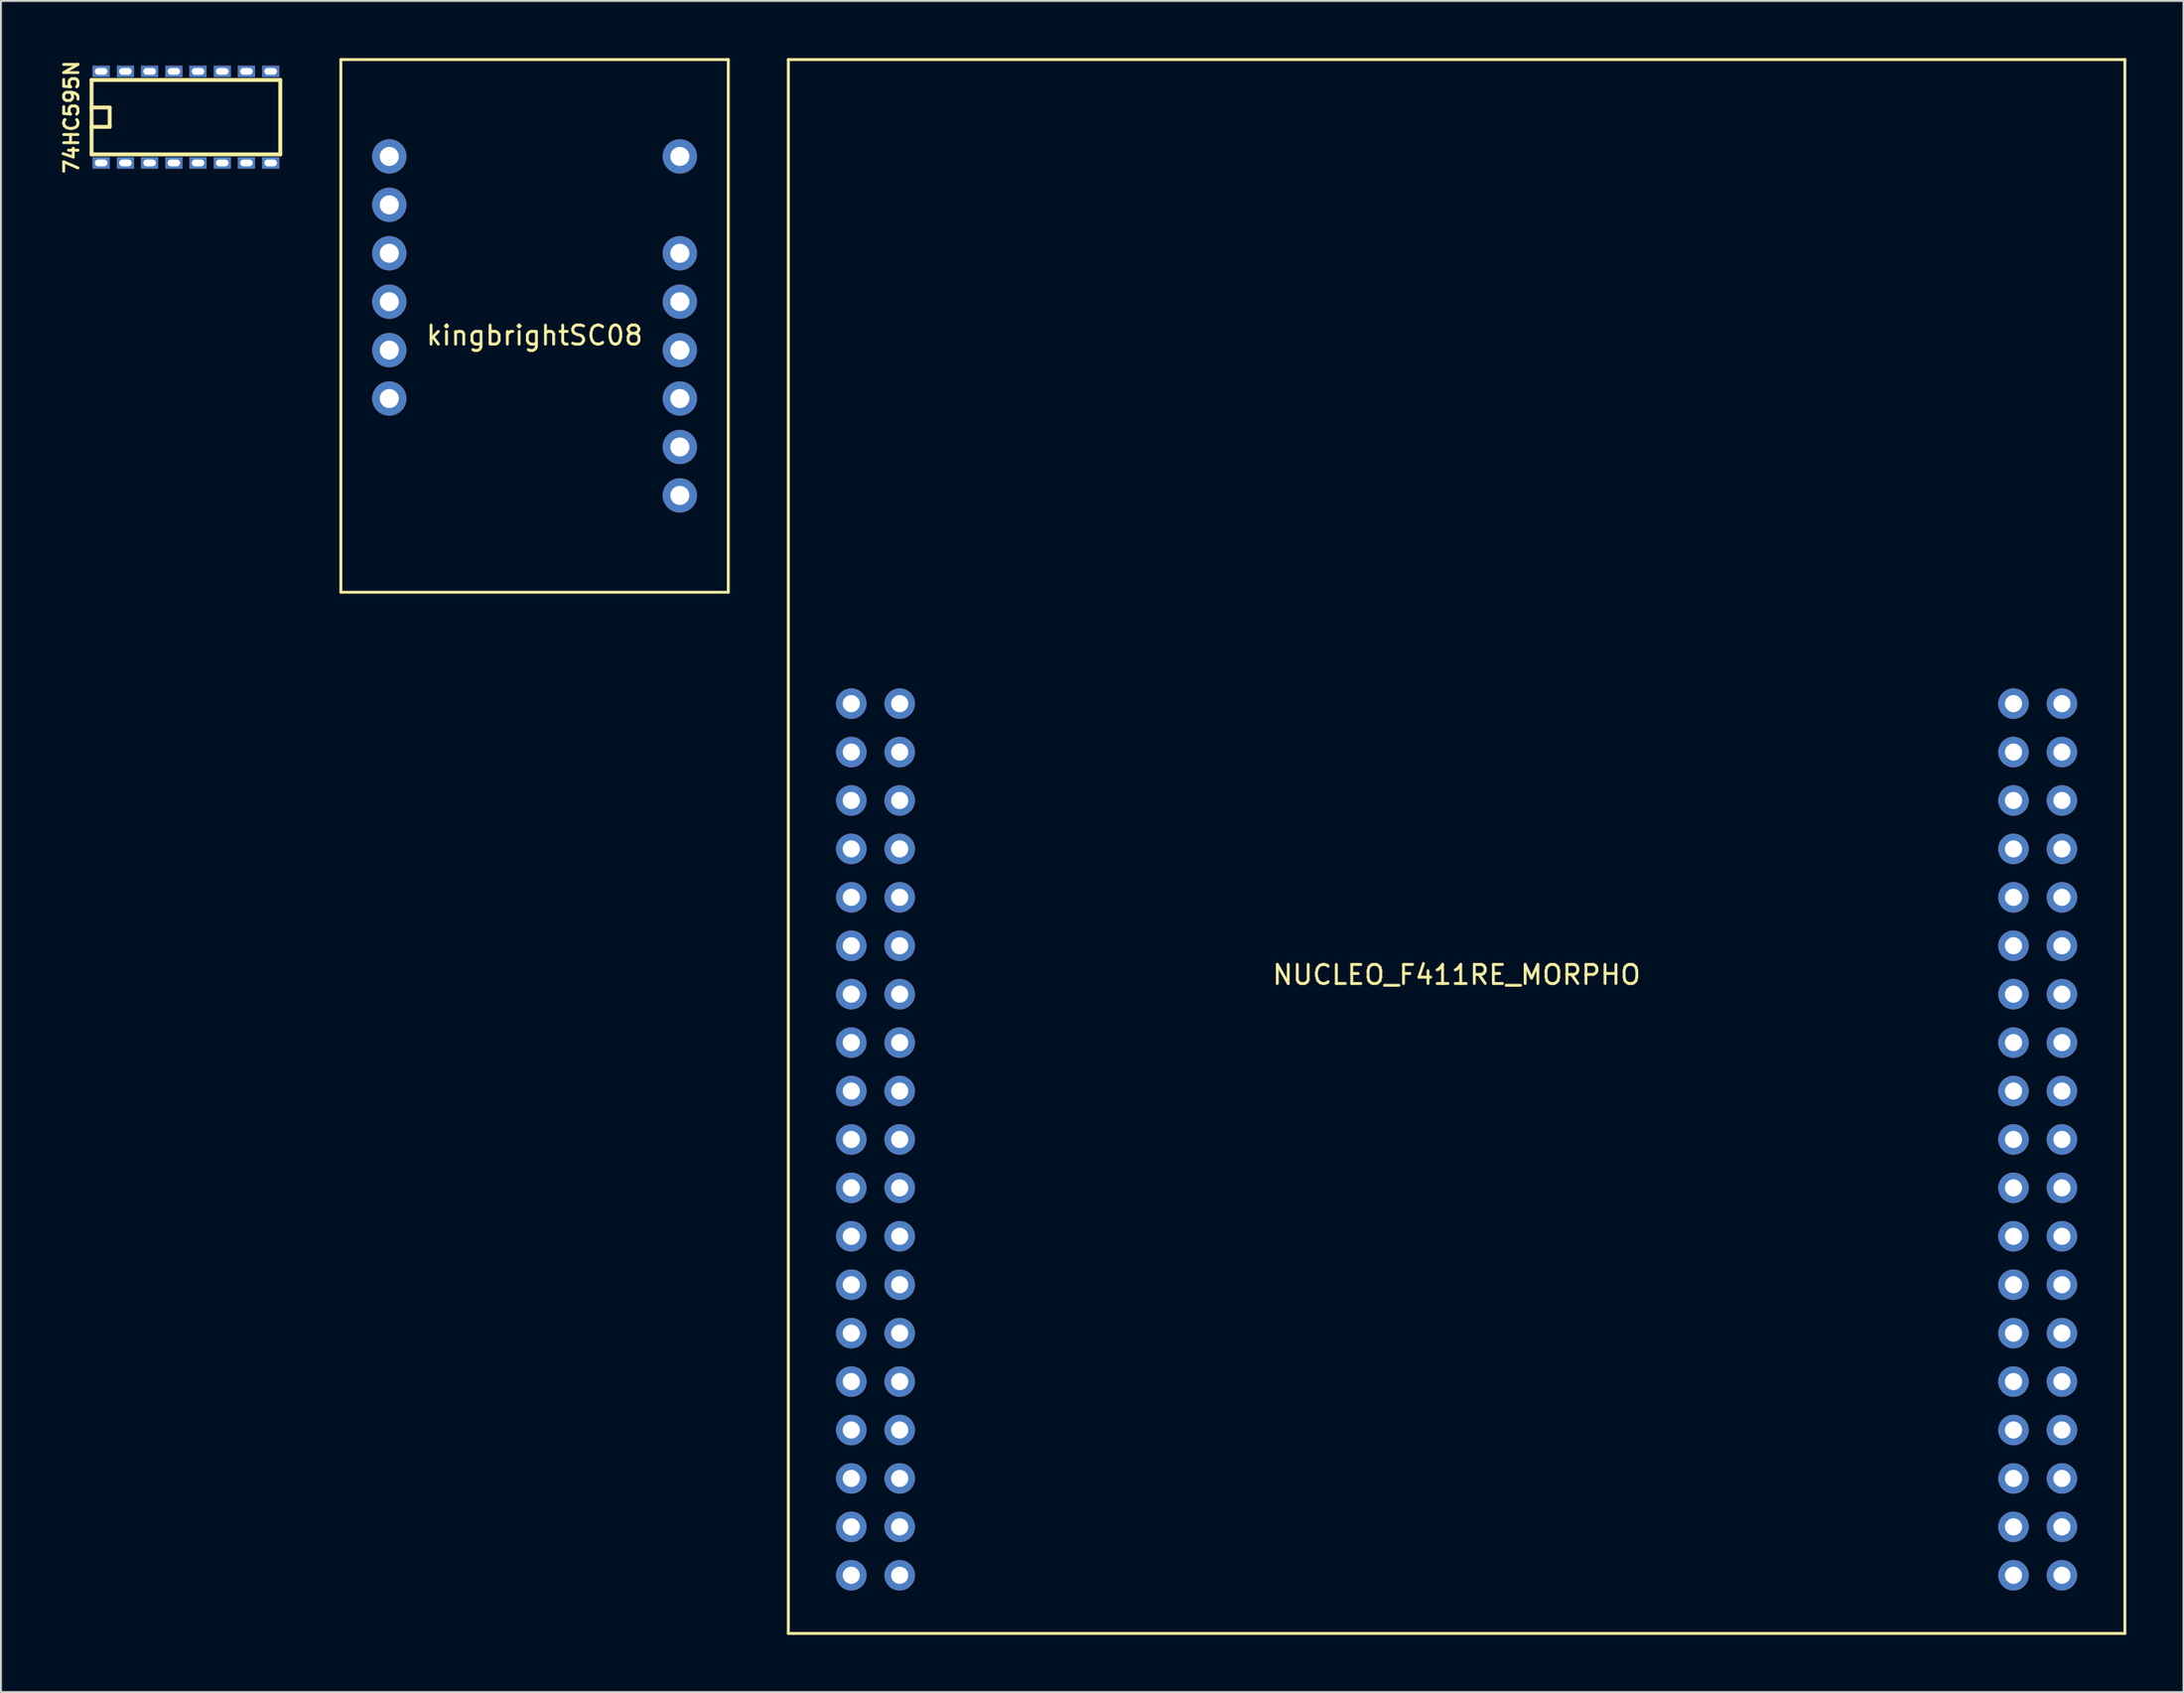
<source format=kicad_pcb>
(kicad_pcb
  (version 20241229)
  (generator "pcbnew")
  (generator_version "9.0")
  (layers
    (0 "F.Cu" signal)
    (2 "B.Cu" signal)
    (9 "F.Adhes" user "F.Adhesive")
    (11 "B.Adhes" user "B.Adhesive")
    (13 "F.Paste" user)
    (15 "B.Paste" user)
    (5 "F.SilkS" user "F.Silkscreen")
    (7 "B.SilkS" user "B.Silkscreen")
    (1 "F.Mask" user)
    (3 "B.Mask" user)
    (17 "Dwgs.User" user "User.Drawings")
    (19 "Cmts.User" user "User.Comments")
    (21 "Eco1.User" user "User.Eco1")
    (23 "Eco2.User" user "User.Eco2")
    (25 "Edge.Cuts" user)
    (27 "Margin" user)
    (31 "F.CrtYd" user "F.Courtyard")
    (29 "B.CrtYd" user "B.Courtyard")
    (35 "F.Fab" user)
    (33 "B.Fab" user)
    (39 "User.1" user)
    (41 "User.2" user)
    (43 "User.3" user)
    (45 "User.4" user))
  (footprint "74HC595N"
    (layer "F.Cu")
    (at 6.702 3.096)
    (property "Reference" "74HC595N" (at -6 0 90) (layer "F.SilkS") (effects (font (size 0.75 0.75) (thickness 0.15))))
    (attr smd)
    (fp_line (start -4.95 -1.951) (end 4.95 -1.951) (stroke (width 0.203) (type solid)) (layer "F.SilkS"))
    (fp_line (start -4.95 -0.508) (end -4 -0.508) (stroke (width 0.203) (type solid)) (layer "F.SilkS"))
    (fp_line (start -4.95 1.951) (end -4.95 -1.951) (stroke (width 0.203) (type solid)) (layer "F.SilkS"))
    (fp_line (start -4 -0.508) (end -4 0.508) (stroke (width 0.203) (type solid)) (layer "F.SilkS"))
    (fp_line (start -4 0.508) (end -4.95 0.508) (stroke (width 0.203) (type solid)) (layer "F.SilkS"))
    (fp_line (start 4.95 -1.951) (end 4.95 1.951) (stroke (width 0.203) (type solid)) (layer "F.SilkS"))
    (fp_line (start 4.95 1.951) (end -4.95 1.951) (stroke (width 0.203) (type solid)) (layer "F.SilkS"))
    (pad "1" thru_hole rect (at -4.445 2.4) (size 0.9 0.6) (drill oval 0.66 0.36) (layers "*.Cu" "*.Mask"))
    (pad "2" thru_hole rect (at -3.175 2.4) (size 0.9 0.6) (drill oval 0.66 0.36) (layers "*.Cu" "*.Mask"))
    (pad "3" thru_hole rect (at -1.905 2.4) (size 0.9 0.6) (drill oval 0.66 0.36) (layers "*.Cu" "*.Mask"))
    (pad "4" thru_hole rect (at -0.635 2.4) (size 0.9 0.6) (drill oval 0.66 0.36) (layers "*.Cu" "*.Mask"))
    (pad "5" thru_hole rect (at 0.635 2.4) (size 0.9 0.6) (drill oval 0.66 0.36) (layers "*.Cu" "*.Mask"))
    (pad "6" thru_hole rect (at 1.905 2.4) (size 0.9 0.6) (drill oval 0.66 0.36) (layers "*.Cu" "*.Mask"))
    (pad "7" thru_hole rect (at 3.175 2.4) (size 0.9 0.6) (drill oval 0.66 0.36) (layers "*.Cu" "*.Mask"))
    (pad "8" thru_hole rect (at 4.445 2.4) (size 0.9 0.6) (drill oval 0.66 0.36) (layers "*.Cu" "*.Mask"))
    (pad "9" thru_hole rect (at 4.445 -2.4) (size 0.9 0.6) (drill oval 0.66 0.36) (layers "*.Cu" "*.Mask"))
    (pad "10" thru_hole rect (at 3.175 -2.4) (size 0.9 0.6) (drill oval 0.66 0.36) (layers "*.Cu" "*.Mask"))
    (pad "11" thru_hole rect (at 1.905 -2.4) (size 0.9 0.6) (drill oval 0.66 0.36) (layers "*.Cu" "*.Mask"))
    (pad "12" thru_hole rect (at 0.635 -2.4) (size 0.9 0.6) (drill oval 0.66 0.36) (layers "*.Cu" "*.Mask"))
    (pad "13" thru_hole rect (at -0.635 -2.4) (size 0.9 0.6) (drill oval 0.66 0.36) (layers "*.Cu" "*.Mask"))
    (pad "14" thru_hole rect (at -1.905 -2.4) (size 0.9 0.6) (drill oval 0.66 0.36) (layers "*.Cu" "*.Mask"))
    (pad "15" thru_hole rect (at -3.175 -2.4) (size 0.9 0.6) (drill oval 0.66 0.36) (layers "*.Cu" "*.Mask"))
    (pad "16" thru_hole rect (at -4.445 -2.4) (size 0.9 0.6) (drill oval 0.66 0.36) (layers "*.Cu" "*.Mask")))
  (footprint "NUCLEO_F411RE_MORPHO"
    (layer "F.Cu")
    (at 73.351 56.717)
    (property "Reference" "NUCLEO_F411RE_MORPHO" (at 0 -8.636 0) (layer "F.SilkS") (effects (font (size 1 1) (thickness 0.15))))
    (attr through_hole)
    (fp_line (start -35.052 -56.642) (end -35.052 25.908) (stroke (width 0.15) (type solid)) (layer "F.SilkS"))
    (fp_line (start -35.052 25.908) (end 35.052 25.908) (stroke (width 0.15) (type solid)) (layer "F.SilkS"))
    (fp_line (start 35.052 -56.642) (end -35.052 -56.642) (stroke (width 0.15) (type solid)) (layer "F.SilkS"))
    (fp_line (start 35.052 25.908) (end 35.052 -56.642) (stroke (width 0.15) (type solid)) (layer "F.SilkS"))
    (pad "1" thru_hole circle (at -31.75 -22.86) (size 1.6 1.6) (drill 0.9) (layers "*.Cu" "*.Mask"))
    (pad "2" thru_hole circle (at -29.21 -22.86) (size 1.6 1.6) (drill 0.9) (layers "*.Cu" "*.Mask"))
    (pad "3" thru_hole circle (at -31.75 -20.32) (size 1.6 1.6) (drill 0.9) (layers "*.Cu" "*.Mask"))
    (pad "4" thru_hole circle (at -29.21 -20.32) (size 1.6 1.6) (drill 0.9) (layers "*.Cu" "*.Mask"))
    (pad "5" thru_hole circle (at -31.75 -17.78) (size 1.6 1.6) (drill 0.9) (layers "*.Cu" "*.Mask"))
    (pad "6" thru_hole circle (at -29.21 -17.78) (size 1.6 1.6) (drill 0.9) (layers "*.Cu" "*.Mask"))
    (pad "7" thru_hole circle (at -31.75 -15.24) (size 1.6 1.6) (drill 0.9) (layers "*.Cu" "*.Mask"))
    (pad "8" thru_hole circle (at -29.21 -15.24) (size 1.6 1.6) (drill 0.9) (layers "*.Cu" "*.Mask"))
    (pad "9" thru_hole circle (at -31.75 -12.7) (size 1.6 1.6) (drill 0.9) (layers "*.Cu" "*.Mask"))
    (pad "10" thru_hole circle (at -29.21 -12.7) (size 1.6 1.6) (drill 0.9) (layers "*.Cu" "*.Mask"))
    (pad "11" thru_hole circle (at -31.75 -10.16) (size 1.6 1.6) (drill 0.9) (layers "*.Cu" "*.Mask"))
    (pad "12" thru_hole circle (at -29.21 -10.16) (size 1.6 1.6) (drill 0.9) (layers "*.Cu" "*.Mask"))
    (pad "13" thru_hole circle (at -31.75 -7.62) (size 1.6 1.6) (drill 0.9) (layers "*.Cu" "*.Mask"))
    (pad "14" thru_hole circle (at -29.21 -7.62) (size 1.6 1.6) (drill 0.9) (layers "*.Cu" "*.Mask"))
    (pad "15" thru_hole circle (at -31.75 -5.08) (size 1.6 1.6) (drill 0.9) (layers "*.Cu" "*.Mask"))
    (pad "16" thru_hole circle (at -29.21 -5.08) (size 1.6 1.6) (drill 0.9) (layers "*.Cu" "*.Mask"))
    (pad "17" thru_hole circle (at -31.75 -2.54) (size 1.6 1.6) (drill 0.9) (layers "*.Cu" "*.Mask"))
    (pad "18" thru_hole circle (at -29.21 -2.54) (size 1.6 1.6) (drill 0.9) (layers "*.Cu" "*.Mask"))
    (pad "19" thru_hole circle (at -31.75 0) (size 1.6 1.6) (drill 0.9) (layers "*.Cu" "*.Mask"))
    (pad "20" thru_hole circle (at -29.21 0) (size 1.6 1.6) (drill 0.9) (layers "*.Cu" "*.Mask"))
    (pad "21" thru_hole circle (at -31.75 2.54) (size 1.6 1.6) (drill 0.9) (layers "*.Cu" "*.Mask"))
    (pad "22" thru_hole circle (at -29.21 2.54) (size 1.6 1.6) (drill 0.9) (layers "*.Cu" "*.Mask"))
    (pad "23" thru_hole circle (at -31.75 5.08) (size 1.6 1.6) (drill 0.9) (layers "*.Cu" "*.Mask"))
    (pad "24" thru_hole circle (at -29.21 5.08) (size 1.6 1.6) (drill 0.9) (layers "*.Cu" "*.Mask"))
    (pad "25" thru_hole circle (at -31.75 7.62) (size 1.6 1.6) (drill 0.9) (layers "*.Cu" "*.Mask"))
    (pad "26" thru_hole circle (at -29.21 7.62) (size 1.6 1.6) (drill 0.9) (layers "*.Cu" "*.Mask"))
    (pad "27" thru_hole circle (at -31.75 10.16) (size 1.6 1.6) (drill 0.9) (layers "*.Cu" "*.Mask"))
    (pad "28" thru_hole circle (at -29.21 10.16) (size 1.6 1.6) (drill 0.9) (layers "*.Cu" "*.Mask"))
    (pad "29" thru_hole circle (at -31.75 12.7) (size 1.6 1.6) (drill 0.9) (layers "*.Cu" "*.Mask"))
    (pad "30" thru_hole circle (at -29.21 12.7) (size 1.6 1.6) (drill 0.9) (layers "*.Cu" "*.Mask"))
    (pad "31" thru_hole circle (at -31.75 15.24) (size 1.6 1.6) (drill 0.9) (layers "*.Cu" "*.Mask"))
    (pad "32" thru_hole circle (at -29.21 15.24) (size 1.6 1.6) (drill 0.9) (layers "*.Cu" "*.Mask"))
    (pad "33" thru_hole circle (at -31.75 17.78) (size 1.6 1.6) (drill 0.9) (layers "*.Cu" "*.Mask"))
    (pad "34" thru_hole circle (at -29.21 17.78) (size 1.6 1.6) (drill 0.9) (layers "*.Cu" "*.Mask"))
    (pad "35" thru_hole circle (at -31.75 20.32) (size 1.6 1.6) (drill 0.9) (layers "*.Cu" "*.Mask"))
    (pad "36" thru_hole circle (at -29.21 20.32) (size 1.6 1.6) (drill 0.9) (layers "*.Cu" "*.Mask"))
    (pad "37" thru_hole circle (at -31.75 22.86) (size 1.6 1.6) (drill 0.9) (layers "*.Cu" "*.Mask"))
    (pad "38" thru_hole circle (at -29.21 22.86) (size 1.6 1.6) (drill 0.9) (layers "*.Cu" "*.Mask"))
    (pad "39" thru_hole circle (at 29.21 -22.86) (size 1.6 1.6) (drill 0.9) (layers "*.Cu" "*.Mask"))
    (pad "40" thru_hole circle (at 31.75 -22.86) (size 1.6 1.6) (drill 0.9) (layers "*.Cu" "*.Mask"))
    (pad "41" thru_hole circle (at 29.21 -20.32) (size 1.6 1.6) (drill 0.9) (layers "*.Cu" "*.Mask"))
    (pad "42" thru_hole circle (at 31.75 -20.32) (size 1.6 1.6) (drill 0.9) (layers "*.Cu" "*.Mask"))
    (pad "43" thru_hole circle (at 29.21 -17.78) (size 1.6 1.6) (drill 0.9) (layers "*.Cu" "*.Mask"))
    (pad "44" thru_hole circle (at 31.75 -17.78) (size 1.6 1.6) (drill 0.9) (layers "*.Cu" "*.Mask"))
    (pad "45" thru_hole circle (at 29.21 -15.24) (size 1.6 1.6) (drill 0.9) (layers "*.Cu" "*.Mask"))
    (pad "46" thru_hole circle (at 31.75 -15.24) (size 1.6 1.6) (drill 0.9) (layers "*.Cu" "*.Mask"))
    (pad "47" thru_hole circle (at 29.21 -12.7) (size 1.6 1.6) (drill 0.9) (layers "*.Cu" "*.Mask"))
    (pad "48" thru_hole circle (at 31.75 -12.7) (size 1.6 1.6) (drill 0.9) (layers "*.Cu" "*.Mask"))
    (pad "49" thru_hole circle (at 29.21 -10.16) (size 1.6 1.6) (drill 0.9) (layers "*.Cu" "*.Mask"))
    (pad "50" thru_hole circle (at 31.75 -10.16) (size 1.6 1.6) (drill 0.9) (layers "*.Cu" "*.Mask"))
    (pad "51" thru_hole circle (at 29.21 -7.62) (size 1.6 1.6) (drill 0.9) (layers "*.Cu" "*.Mask"))
    (pad "52" thru_hole circle (at 31.75 -7.62) (size 1.6 1.6) (drill 0.9) (layers "*.Cu" "*.Mask"))
    (pad "53" thru_hole circle (at 29.21 -5.08) (size 1.6 1.6) (drill 0.9) (layers "*.Cu" "*.Mask"))
    (pad "54" thru_hole circle (at 31.75 -5.08) (size 1.6 1.6) (drill 0.9) (layers "*.Cu" "*.Mask"))
    (pad "55" thru_hole circle (at 29.21 -2.54) (size 1.6 1.6) (drill 0.9) (layers "*.Cu" "*.Mask"))
    (pad "56" thru_hole circle (at 31.75 -2.54) (size 1.6 1.6) (drill 0.9) (layers "*.Cu" "*.Mask"))
    (pad "57" thru_hole circle (at 29.21 0) (size 1.6 1.6) (drill 0.9) (layers "*.Cu" "*.Mask"))
    (pad "58" thru_hole circle (at 31.75 0) (size 1.6 1.6) (drill 0.9) (layers "*.Cu" "*.Mask"))
    (pad "59" thru_hole circle (at 29.21 2.54) (size 1.6 1.6) (drill 0.9) (layers "*.Cu" "*.Mask"))
    (pad "60" thru_hole circle (at 31.75 2.54) (size 1.6 1.6) (drill 0.9) (layers "*.Cu" "*.Mask"))
    (pad "61" thru_hole circle (at 29.21 5.08) (size 1.6 1.6) (drill 0.9) (layers "*.Cu" "*.Mask"))
    (pad "62" thru_hole circle (at 31.75 5.08) (size 1.6 1.6) (drill 0.9) (layers "*.Cu" "*.Mask"))
    (pad "63" thru_hole circle (at 29.21 7.62) (size 1.6 1.6) (drill 0.9) (layers "*.Cu" "*.Mask"))
    (pad "64" thru_hole circle (at 31.75 7.62) (size 1.6 1.6) (drill 0.9) (layers "*.Cu" "*.Mask"))
    (pad "65" thru_hole circle (at 29.21 10.16) (size 1.6 1.6) (drill 0.9) (layers "*.Cu" "*.Mask"))
    (pad "66" thru_hole circle (at 31.75 10.16) (size 1.6 1.6) (drill 0.9) (layers "*.Cu" "*.Mask"))
    (pad "67" thru_hole circle (at 29.21 12.7) (size 1.6 1.6) (drill 0.9) (layers "*.Cu" "*.Mask"))
    (pad "68" thru_hole circle (at 31.75 12.7) (size 1.6 1.6) (drill 0.9) (layers "*.Cu" "*.Mask"))
    (pad "69" thru_hole circle (at 29.21 15.24) (size 1.6 1.6) (drill 0.9) (layers "*.Cu" "*.Mask"))
    (pad "70" thru_hole circle (at 31.75 15.24) (size 1.6 1.6) (drill 0.9) (layers "*.Cu" "*.Mask"))
    (pad "71" thru_hole circle (at 29.21 17.78) (size 1.6 1.6) (drill 0.9) (layers "*.Cu" "*.Mask"))
    (pad "72" thru_hole circle (at 31.75 17.78) (size 1.6 1.6) (drill 0.9) (layers "*.Cu" "*.Mask"))
    (pad "73" thru_hole circle (at 29.21 20.32) (size 1.6 1.6) (drill 0.9) (layers "*.Cu" "*.Mask"))
    (pad "74" thru_hole circle (at 31.75 20.32) (size 1.6 1.6) (drill 0.9) (layers "*.Cu" "*.Mask"))
    (pad "75" thru_hole circle (at 29.21 22.86) (size 1.6 1.6) (drill 0.9) (layers "*.Cu" "*.Mask"))
    (pad "76" thru_hole circle (at 31.75 22.86) (size 1.6 1.6) (drill 0.9) (layers "*.Cu" "*.Mask")))
  (footprint "kingbrightSC08"
    (layer "F.Cu")
    (at 24.989 14.045)
    (property "Reference" "kingbrightSC08" (at 0 0.5 0) (layer "F.SilkS") (effects (font (size 1 1) (thickness 0.15))))
    (attr through_hole)
    (fp_line (start -10.16 -13.97) (end 10.16 -13.97) (stroke (width 0.15) (type solid)) (layer "F.SilkS"))
    (fp_line (start -10.16 13.97) (end -10.16 -13.97) (stroke (width 0.15) (type solid)) (layer "F.SilkS"))
    (fp_line (start 10.16 -13.97) (end 10.16 13.97) (stroke (width 0.15) (type solid)) (layer "F.SilkS"))
    (fp_line (start 10.16 13.97) (end -10.16 13.97) (stroke (width 0.15) (type solid)) (layer "F.SilkS"))
    (pad "1" thru_hole circle (at -7.62 -8.89) (size 1.8 1.8) (drill 1) (layers "*.Cu" "*.Mask"))
    (pad "2" thru_hole circle (at -7.62 -6.35) (size 1.8 1.8) (drill 1) (layers "*.Cu" "*.Mask"))
    (pad "3" thru_hole circle (at -7.62 -3.81) (size 1.8 1.8) (drill 1) (layers "*.Cu" "*.Mask"))
    (pad "4" thru_hole circle (at -7.62 -1.27) (size 1.8 1.8) (drill 1) (layers "*.Cu" "*.Mask"))
    (pad "5" thru_hole circle (at -7.62 1.27) (size 1.8 1.8) (drill 1) (layers "*.Cu" "*.Mask"))
    (pad "6" thru_hole circle (at -7.62 3.81) (size 1.8 1.8) (drill 1) (layers "*.Cu" "*.Mask"))
    (pad "7" thru_hole circle (at 7.62 8.89) (size 1.8 1.8) (drill 1) (layers "*.Cu" "*.Mask"))
    (pad "8" thru_hole circle (at 7.62 6.35) (size 1.8 1.8) (drill 1) (layers "*.Cu" "*.Mask"))
    (pad "9" thru_hole circle (at 7.62 3.81) (size 1.8 1.8) (drill 1) (layers "*.Cu" "*.Mask"))
    (pad "10" thru_hole circle (at 7.62 1.27) (size 1.8 1.8) (drill 1) (layers "*.Cu" "*.Mask"))
    (pad "11" thru_hole circle (at 7.62 -1.27) (size 1.8 1.8) (drill 1) (layers "*.Cu" "*.Mask"))
    (pad "12" thru_hole circle (at 7.62 -3.81) (size 1.8 1.8) (drill 1) (layers "*.Cu" "*.Mask"))
    (pad "13" thru_hole circle (at 7.62 -8.89) (size 1.8 1.8) (drill 1) (layers "*.Cu" "*.Mask")))
  (gr_rect
    (start -3 -3)
    (end 111.478 85.7)
    (stroke (width 0.1) (type default))
    (fill no)
    (layer "Edge.Cuts")))
</source>
